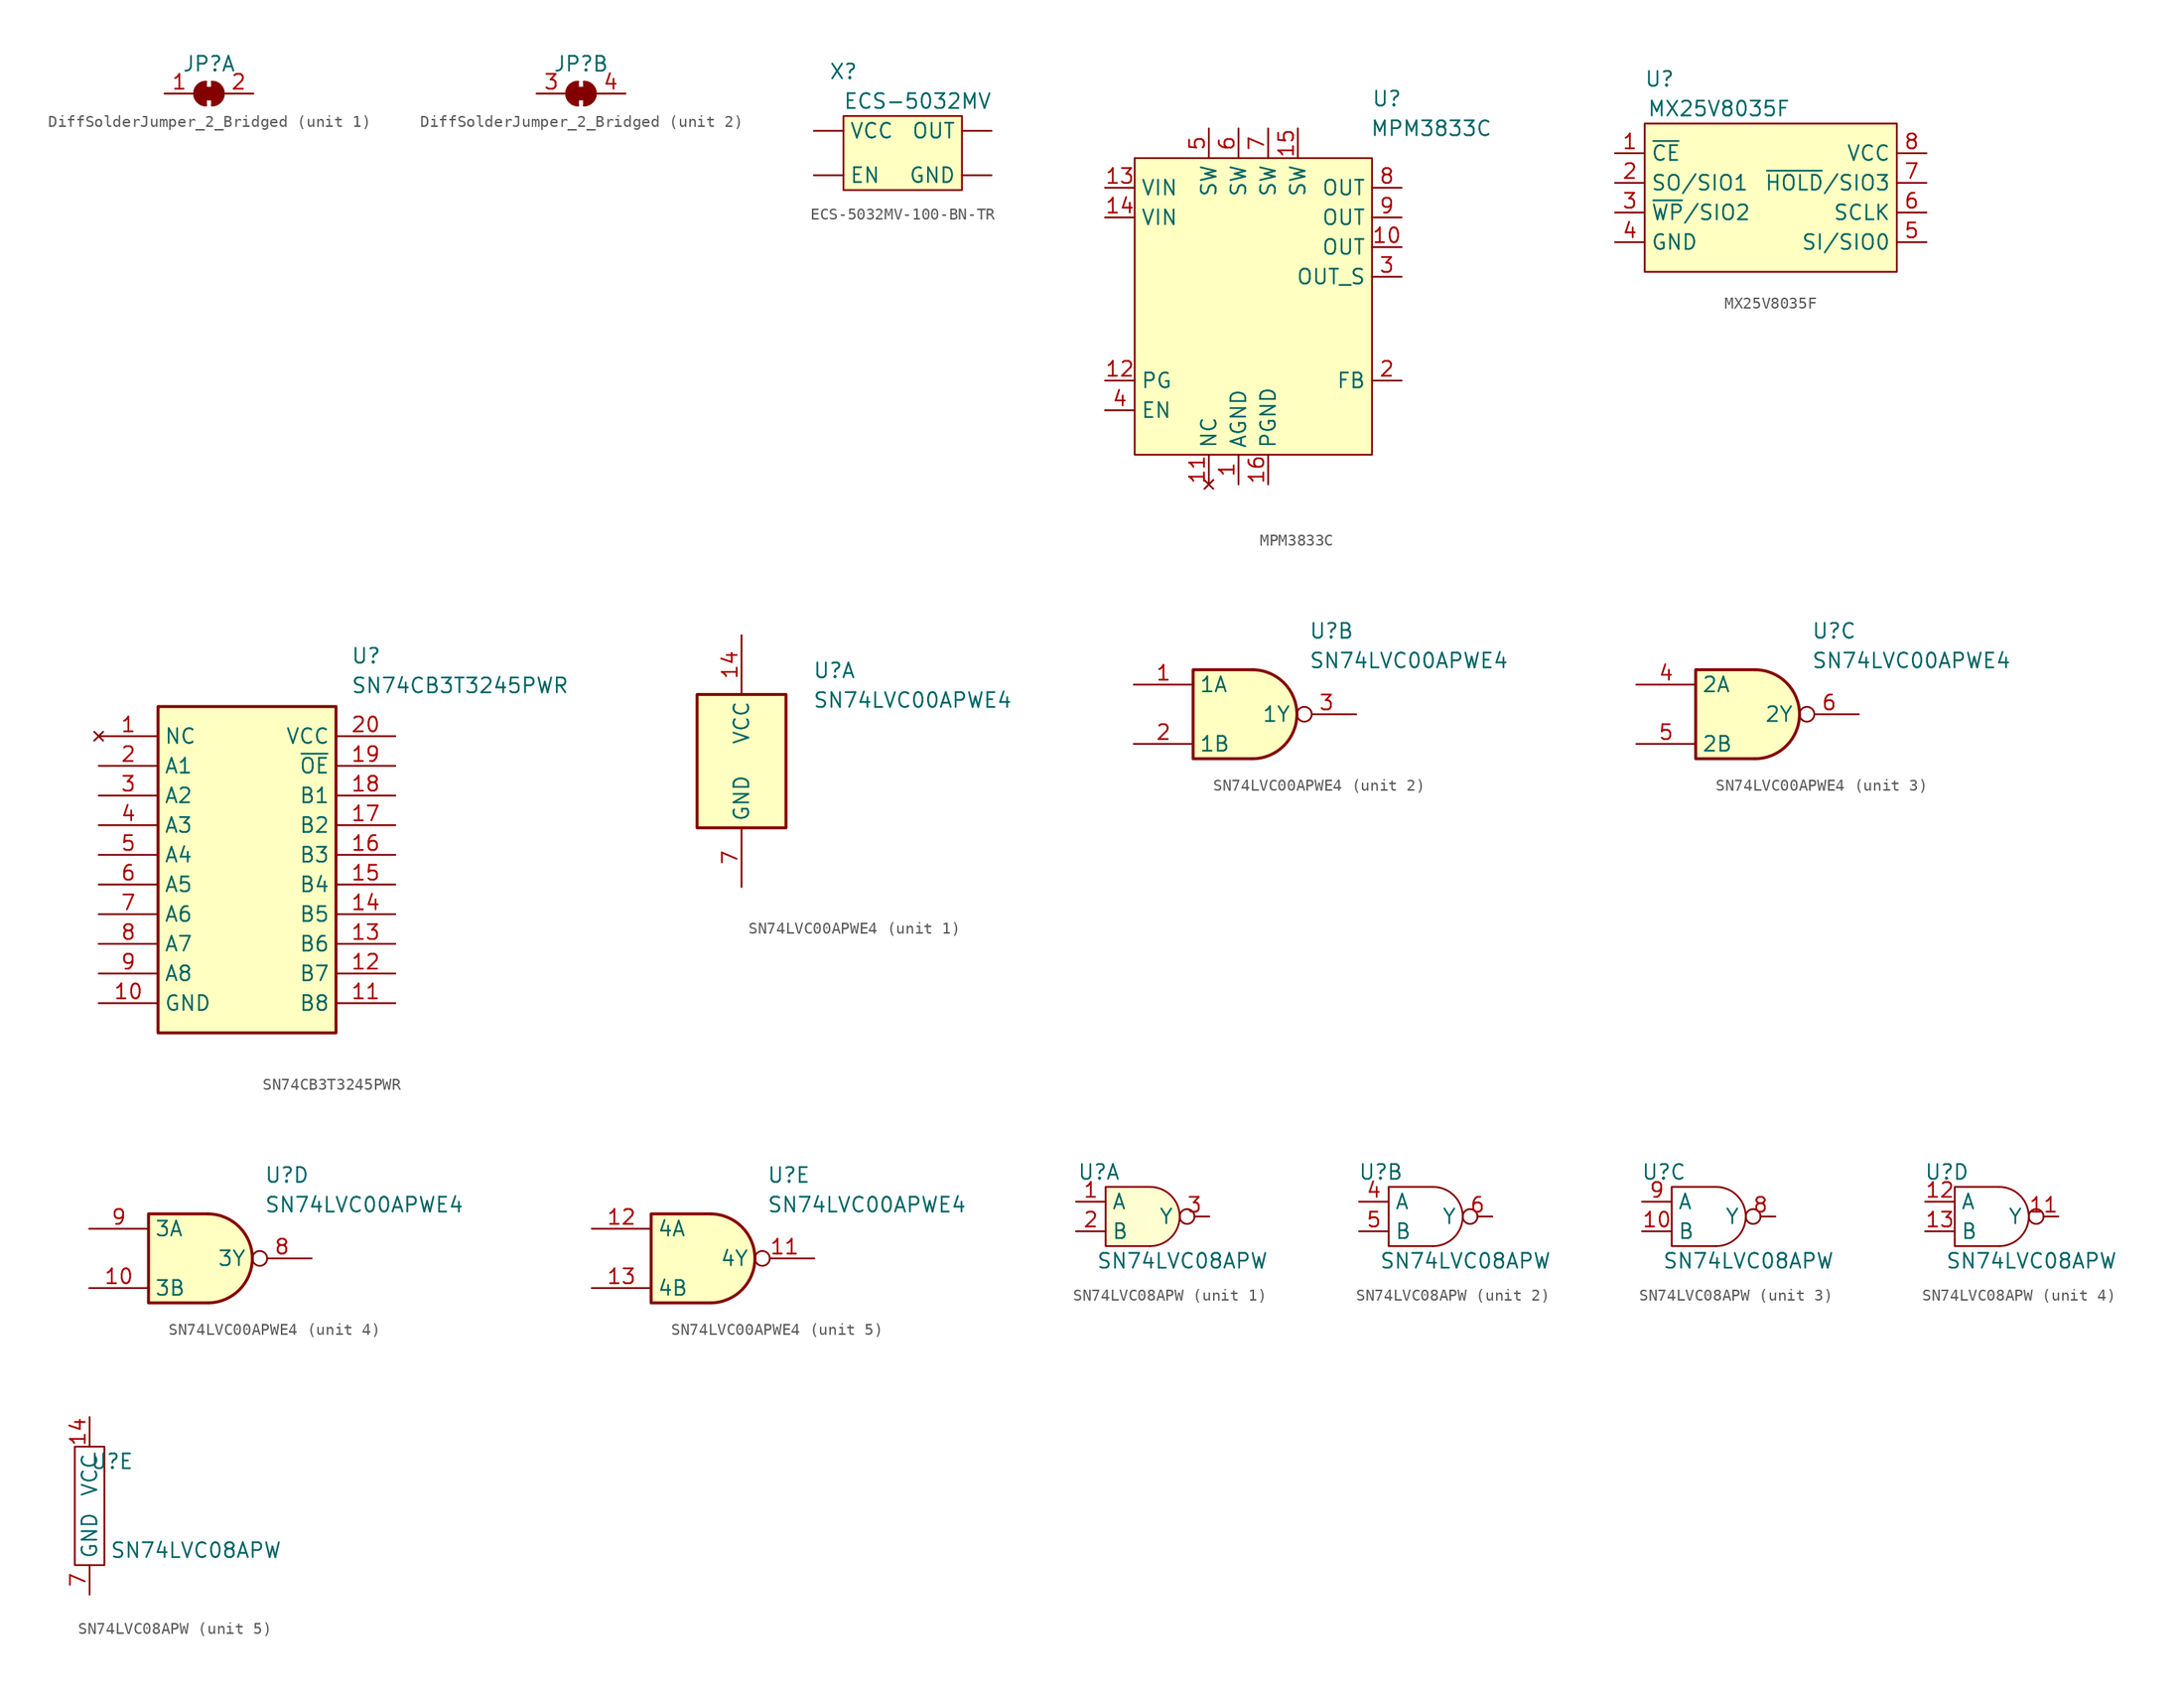
<source format=kicad_sym>
(kicad_symbol_lib
  (version 20241209)
  (generator "kicad_symbol_editor")
  (generator_version "9.0")
  (symbol "DiffSolderJumper_2_Bridged"
    (pin_names
      (offset 0)
      (hide yes))
    (property "Reference" "JP"
      (at 0 0 0)
      (effects (font (size 1.27 1.27))))
    (property "Value" ""
      (at 0 0 0)
      (effects (font (size 1.27 1.27))))
    (property "ki_locked" ""
      (at 0 0 0)
      (effects (font (size 1.27 1.27))))
    (symbol "DiffSolderJumper_2_Bridged_0_1"
      (rectangle (start -0.508 -2.032) (end 0.508 -3.048) (stroke (width 0) (type default)) (fill (type outline)))
      (polyline (pts (xy -0.254 -1.524) (xy -0.254 -3.556)) (stroke (width 0) (type default)) (fill (type none)))
      (arc (start -0.254 -3.556) (mid -1.2656 -2.54) (end -0.254 -1.524) (stroke (width 0) (type default)) (fill (type none)))
      (arc (start -0.254 -3.556) (mid -1.2656 -2.54) (end -0.254 -1.524) (stroke (width 0) (type default)) (fill (type outline)))
      (arc (start 0.254 -1.524) (mid 1.2656 -2.54) (end 0.254 -3.556) (stroke (width 0) (type default)) (fill (type none)))
      (arc (start 0.254 -1.524) (mid 1.2656 -2.54) (end 0.254 -3.556) (stroke (width 0) (type default)) (fill (type outline)))
      (polyline (pts (xy 0.254 -1.524) (xy 0.254 -3.556)) (stroke (width 0) (type default)) (fill (type none))))
    (symbol "DiffSolderJumper_2_Bridged_1_1"
      (pin passive line (at -3.81 -2.54 0) (length 2.54) (name "A" (effects (font (size 1.27 1.27)))) (number "1" (effects (font (size 1.27 1.27)))))
      (pin passive line (at 3.81 -2.54 180) (length 2.54) (name "B" (effects (font (size 1.27 1.27)))) (number "2" (effects (font (size 1.27 1.27))))))
    (symbol "DiffSolderJumper_2_Bridged_2_1"
      (pin passive line (at -3.81 -2.54 0) (length 2.54) (name "A" (effects (font (size 1.27 1.27)))) (number "3" (effects (font (size 1.27 1.27)))))
      (pin passive line (at 3.81 -2.54 180) (length 2.54) (name "B" (effects (font (size 1.27 1.27)))) (number "4" (effects (font (size 1.27 1.27)))))))
  (symbol "ECS-5032MV-100-BN-TR"
    (pin_numbers
      (hide yes))
    (property "Reference" "X"
      (at -5.08 6.35 0)
      (effects (font (size 1.27 1.27))))
    (property "Value" "ECS-5032MV"
      (at 1.27 3.81 0)
      (effects (font (size 1.27 1.27))))
    (symbol "ECS-5032MV-100-BN-TR_1_1"
      (rectangle (start -5.08 2.54) (end 5.08 -3.81) (stroke (width 0) (type default)) (fill (type background)))
      (pin power_in line (at -7.62 1.27 0) (length 2.54) (name "VCC" (effects (font (size 1.27 1.27)))) (number "4" (effects (font (size 1.27 1.27)))))
      (pin input line (at -7.62 -2.54 0) (length 2.54) (name "EN" (effects (font (size 1.27 1.27)))) (number "1" (effects (font (size 1.27 1.27)))))
      (pin output line (at 7.62 1.27 180) (length 2.54) (name "OUT" (effects (font (size 1.27 1.27)))) (number "3" (effects (font (size 1.27 1.27)))))
      (pin bidirectional line (at 7.62 -2.54 180) (length 2.54) (name "GND" (effects (font (size 1.27 1.27)))) (number "2" (effects (font (size 1.27 1.27)))))))
  (symbol "MPM3833C"
    (property "Reference" "U"
      (at 10.16 22.86 0)
      (effects (font (size 1.27 1.27))))
    (property "Value" "MPM3833C"
      (at 13.97 20.32 0)
      (effects (font (size 1.27 1.27))))
    (symbol "MPM3833C_1_1"
      (rectangle (start -11.43 17.78) (end 8.89 -7.62) (stroke (width 0) (type default)) (fill (type background)))
      (pin power_in line (at -13.97 15.24 0) (length 2.54) (name "VIN" (effects (font (size 1.27 1.27)))) (number "13" (effects (font (size 1.27 1.27)))))
      (pin power_in line (at -13.97 12.7 0) (length 2.54) (name "VIN" (effects (font (size 1.27 1.27)))) (number "14" (effects (font (size 1.27 1.27)))))
      (pin no_connect line (at -13.97 5.08 0) (length 2.54) (hide yes) (name "DNC" (effects (font (size 1.27 1.27)))) (number "17" (effects (font (size 1.27 1.27)))))
      (pin no_connect line (at -13.97 5.08 0) (length 2.54) (hide yes) (name "DNC" (effects (font (size 1.27 1.27)))) (number "18" (effects (font (size 1.27 1.27)))))
      (pin output line (at -13.97 -1.27 0) (length 2.54) (name "PG" (effects (font (size 1.27 1.27)))) (number "12" (effects (font (size 1.27 1.27)))))
      (pin input line (at -13.97 -3.81 0) (length 2.54) (name "EN" (effects (font (size 1.27 1.27)))) (number "4" (effects (font (size 1.27 1.27)))))
      (pin passive line (at -5.08 20.32 270) (length 2.54) (hide yes) (name "SW" (effects (font (size 1.27 1.27)))) (number "19" (effects (font (size 1.27 1.27)))))
      (pin passive line (at -5.08 20.32 270) (length 2.54) (name "SW" (effects (font (size 1.27 1.27)))) (number "5" (effects (font (size 1.27 1.27)))))
      (pin no_connect line (at -5.08 -10.16 90) (length 2.54) (name "NC" (effects (font (size 1.27 1.27)))) (number "11" (effects (font (size 1.27 1.27)))))
      (pin passive line (at -2.54 20.32 270) (length 2.54) (name "SW" (effects (font (size 1.27 1.27)))) (number "6" (effects (font (size 1.27 1.27)))))
      (pin passive line (at -2.54 -10.16 90) (length 2.54) (name "AGND" (effects (font (size 1.27 1.27)))) (number "1" (effects (font (size 1.27 1.27)))))
      (pin passive line (at 0 20.32 270) (length 2.54) (name "SW" (effects (font (size 1.27 1.27)))) (number "7" (effects (font (size 1.27 1.27)))))
      (pin passive line (at 0 -10.16 90) (length 2.54) (name "PGND" (effects (font (size 1.27 1.27)))) (number "16" (effects (font (size 1.27 1.27)))))
      (pin passive line (at 2.54 20.32 270) (length 2.54) (name "SW" (effects (font (size 1.27 1.27)))) (number "15" (effects (font (size 1.27 1.27)))))
      (pin power_out line (at 11.43 15.24 180) (length 2.54) (name "OUT" (effects (font (size 1.27 1.27)))) (number "8" (effects (font (size 1.27 1.27)))))
      (pin power_out line (at 11.43 12.7 180) (length 2.54) (name "OUT" (effects (font (size 1.27 1.27)))) (number "9" (effects (font (size 1.27 1.27)))))
      (pin power_out line (at 11.43 10.16 180) (length 2.54) (name "OUT" (effects (font (size 1.27 1.27)))) (number "10" (effects (font (size 1.27 1.27)))))
      (pin power_out line (at 11.43 7.62 180) (length 2.54) (hide yes) (name "OUT" (effects (font (size 1.27 1.27)))) (number "20" (effects (font (size 1.27 1.27)))))
      (pin output line (at 11.43 7.62 180) (length 2.54) (name "OUT_S" (effects (font (size 1.27 1.27)))) (number "3" (effects (font (size 1.27 1.27)))))
      (pin input line (at 11.43 -1.27 180) (length 2.54) (name "FB" (effects (font (size 1.27 1.27)))) (number "2" (effects (font (size 1.27 1.27)))))))
  (symbol "MX25V8035F"
    (property "Reference" "U"
      (at 3.81 3.81 0)
      (effects (font (size 1.27 1.27))))
    (property "Value" "MX25V8035F"
      (at 8.89 1.27 0)
      (effects (font (size 1.27 1.27))))
    (symbol "MX25V8035F_1_1"
      (rectangle (start 2.54 0) (end 24.13 -12.7) (stroke (width 0) (type default)) (fill (type background)))
      (pin input line (at 0 -2.54 0) (length 2.54) (name "~{CE}" (effects (font (size 1.27 1.27)))) (number "1" (effects (font (size 1.27 1.27)))))
      (pin bidirectional line (at 0 -5.08 0) (length 2.54) (name "SO/SIO1" (effects (font (size 1.27 1.27)))) (number "2" (effects (font (size 1.27 1.27)))))
      (pin bidirectional line (at 0 -7.62 0) (length 2.54) (name "~{WP}/SIO2" (effects (font (size 1.27 1.27)))) (number "3" (effects (font (size 1.27 1.27)))))
      (pin passive line (at 0 -10.16 0) (length 2.54) (name "GND" (effects (font (size 1.27 1.27)))) (number "4" (effects (font (size 1.27 1.27)))))
      (pin power_in line (at 26.67 -2.54 180) (length 2.54) (name "VCC" (effects (font (size 1.27 1.27)))) (number "8" (effects (font (size 1.27 1.27)))))
      (pin bidirectional line (at 26.67 -5.08 180) (length 2.54) (name "~{HOLD}/SIO3" (effects (font (size 1.27 1.27)))) (number "7" (effects (font (size 1.27 1.27)))))
      (pin input line (at 26.67 -7.62 180) (length 2.54) (name "SCLK" (effects (font (size 1.27 1.27)))) (number "6" (effects (font (size 1.27 1.27)))))
      (pin bidirectional line (at 26.67 -10.16 180) (length 2.54) (name "SI/SIO0" (effects (font (size 1.27 1.27)))) (number "5" (effects (font (size 1.27 1.27)))))))
  (symbol "SN74CB3T3245PWR"
    (property "Reference" "U"
      (at 21.59 7.62 0)
      (effects (font (size 1.27 1.27)) (justify left top)))
    (property "Value" "SN74CB3T3245PWR"
      (at 21.59 5.08 0)
      (effects (font (size 1.27 1.27)) (justify left top)))
    (symbol "SN74CB3T3245PWR_1_1"
      (rectangle (start 5.08 2.54) (end 20.32 -25.4) (stroke (width 0.254) (type default)) (fill (type background)))
      (pin no_connect line (at 0 0 0) (length 5.08) (name "NC" (effects (font (size 1.27 1.27)))) (number "1" (effects (font (size 1.27 1.27)))))
      (pin passive line (at 0 -2.54 0) (length 5.08) (name "A1" (effects (font (size 1.27 1.27)))) (number "2" (effects (font (size 1.27 1.27)))))
      (pin passive line (at 0 -5.08 0) (length 5.08) (name "A2" (effects (font (size 1.27 1.27)))) (number "3" (effects (font (size 1.27 1.27)))))
      (pin passive line (at 0 -7.62 0) (length 5.08) (name "A3" (effects (font (size 1.27 1.27)))) (number "4" (effects (font (size 1.27 1.27)))))
      (pin passive line (at 0 -10.16 0) (length 5.08) (name "A4" (effects (font (size 1.27 1.27)))) (number "5" (effects (font (size 1.27 1.27)))))
      (pin passive line (at 0 -12.7 0) (length 5.08) (name "A5" (effects (font (size 1.27 1.27)))) (number "6" (effects (font (size 1.27 1.27)))))
      (pin passive line (at 0 -15.24 0) (length 5.08) (name "A6" (effects (font (size 1.27 1.27)))) (number "7" (effects (font (size 1.27 1.27)))))
      (pin passive line (at 0 -17.78 0) (length 5.08) (name "A7" (effects (font (size 1.27 1.27)))) (number "8" (effects (font (size 1.27 1.27)))))
      (pin passive line (at 0 -20.32 0) (length 5.08) (name "A8" (effects (font (size 1.27 1.27)))) (number "9" (effects (font (size 1.27 1.27)))))
      (pin passive line (at 0 -22.86 0) (length 5.08) (name "GND" (effects (font (size 1.27 1.27)))) (number "10" (effects (font (size 1.27 1.27)))))
      (pin passive line (at 25.4 0 180) (length 5.08) (name "VCC" (effects (font (size 1.27 1.27)))) (number "20" (effects (font (size 1.27 1.27)))))
      (pin passive line (at 25.4 -2.54 180) (length 5.08) (name "~{OE}" (effects (font (size 1.27 1.27)))) (number "19" (effects (font (size 1.27 1.27)))))
      (pin passive line (at 25.4 -5.08 180) (length 5.08) (name "B1" (effects (font (size 1.27 1.27)))) (number "18" (effects (font (size 1.27 1.27)))))
      (pin passive line (at 25.4 -7.62 180) (length 5.08) (name "B2" (effects (font (size 1.27 1.27)))) (number "17" (effects (font (size 1.27 1.27)))))
      (pin passive line (at 25.4 -10.16 180) (length 5.08) (name "B3" (effects (font (size 1.27 1.27)))) (number "16" (effects (font (size 1.27 1.27)))))
      (pin passive line (at 25.4 -12.7 180) (length 5.08) (name "B4" (effects (font (size 1.27 1.27)))) (number "15" (effects (font (size 1.27 1.27)))))
      (pin passive line (at 25.4 -15.24 180) (length 5.08) (name "B5" (effects (font (size 1.27 1.27)))) (number "14" (effects (font (size 1.27 1.27)))))
      (pin passive line (at 25.4 -17.78 180) (length 5.08) (name "B6" (effects (font (size 1.27 1.27)))) (number "13" (effects (font (size 1.27 1.27)))))
      (pin passive line (at 25.4 -20.32 180) (length 5.08) (name "B7" (effects (font (size 1.27 1.27)))) (number "12" (effects (font (size 1.27 1.27)))))
      (pin passive line (at 25.4 -22.86 180) (length 5.08) (name "B8" (effects (font (size 1.27 1.27)))) (number "11" (effects (font (size 1.27 1.27)))))))
  (symbol "SN74LVC00APWE4"
    (property "Reference" "U"
      (at 6.096 7.874 0)
      (effects (font (size 1.27 1.27)) (justify left top)))
    (property "Value" "SN74LVC00APWE4"
      (at 6.096 5.334 0)
      (effects (font (size 1.27 1.27)) (justify left top)))
    (property "ki_locked" ""
      (at 0 0 0)
      (effects (font (size 1.27 1.27))))
    (symbol "SN74LVC00APWE4_1_1"
      (rectangle (start -3.81 5.08) (end 3.81 -6.35) (stroke (width 0.254) (type default)) (fill (type background)))
      (pin power_in line (at 0 10.16 270) (length 5.08) (name "VCC" (effects (font (size 1.27 1.27)))) (number "14" (effects (font (size 1.27 1.27)))))
      (pin power_in line (at 0 -11.43 90) (length 5.08) (name "GND" (effects (font (size 1.27 1.27)))) (number "7" (effects (font (size 1.27 1.27))))))
    (symbol "SN74LVC00APWE4_2_1"
      (arc (start 1.27 3.81) (mid 5.08 0) (end 1.27 -3.81) (stroke (width 0.254) (type default)) (fill (type background)))
      (polyline (pts (xy 1.27 -3.81) (xy -3.81 -3.81) (xy -3.81 3.81) (xy 1.27 3.81)) (stroke (width 0.254) (type default)) (fill (type background)))
      (pin passive line (at -8.89 2.54 0) (length 5.08) (name "1A" (effects (font (size 1.27 1.27)))) (number "1" (effects (font (size 1.27 1.27)))))
      (pin passive line (at -8.89 -2.54 0) (length 5.08) (name "1B" (effects (font (size 1.27 1.27)))) (number "2" (effects (font (size 1.27 1.27)))))
      (pin passive inverted (at 10.16 0 180) (length 5.08) (name "1Y" (effects (font (size 1.27 1.27)))) (number "3" (effects (font (size 1.27 1.27))))))
    (symbol "SN74LVC00APWE4_3_1"
      (arc (start 1.27 3.81) (mid 5.08 0) (end 1.27 -3.81) (stroke (width 0.254) (type default)) (fill (type background)))
      (polyline (pts (xy 1.27 -3.81) (xy -3.81 -3.81) (xy -3.81 3.81) (xy 1.27 3.81)) (stroke (width 0.254) (type default)) (fill (type background)))
      (pin passive line (at -8.89 2.54 0) (length 5.08) (name "2A" (effects (font (size 1.27 1.27)))) (number "4" (effects (font (size 1.27 1.27)))))
      (pin passive line (at -8.89 -2.54 0) (length 5.08) (name "2B" (effects (font (size 1.27 1.27)))) (number "5" (effects (font (size 1.27 1.27)))))
      (pin passive inverted (at 10.16 0 180) (length 5.08) (name "2Y" (effects (font (size 1.27 1.27)))) (number "6" (effects (font (size 1.27 1.27))))))
    (symbol "SN74LVC00APWE4_4_1"
      (arc (start 1.27 3.81) (mid 5.08 0) (end 1.27 -3.81) (stroke (width 0.254) (type default)) (fill (type background)))
      (polyline (pts (xy 1.27 -3.81) (xy -3.81 -3.81) (xy -3.81 3.81) (xy 1.27 3.81)) (stroke (width 0.254) (type default)) (fill (type background)))
      (pin passive line (at -8.89 2.54 0) (length 5.08) (name "3A" (effects (font (size 1.27 1.27)))) (number "9" (effects (font (size 1.27 1.27)))))
      (pin passive line (at -8.89 -2.54 0) (length 5.08) (name "3B" (effects (font (size 1.27 1.27)))) (number "10" (effects (font (size 1.27 1.27)))))
      (pin passive inverted (at 10.16 0 180) (length 5.08) (name "3Y" (effects (font (size 1.27 1.27)))) (number "8" (effects (font (size 1.27 1.27))))))
    (symbol "SN74LVC00APWE4_5_1"
      (arc (start 1.27 3.81) (mid 5.08 0) (end 1.27 -3.81) (stroke (width 0.254) (type default)) (fill (type background)))
      (polyline (pts (xy 1.27 -3.81) (xy -3.81 -3.81) (xy -3.81 3.81) (xy 1.27 3.81)) (stroke (width 0.254) (type default)) (fill (type background)))
      (pin passive line (at -8.89 2.54 0) (length 5.08) (name "4A" (effects (font (size 1.27 1.27)))) (number "12" (effects (font (size 1.27 1.27)))))
      (pin passive line (at -8.89 -2.54 0) (length 5.08) (name "4B" (effects (font (size 1.27 1.27)))) (number "13" (effects (font (size 1.27 1.27)))))
      (pin passive inverted (at 10.16 0 180) (length 5.08) (name "4Y" (effects (font (size 1.27 1.27)))) (number "11" (effects (font (size 1.27 1.27)))))))
  (symbol "SN74LVC08APW"
    (property "Reference" "U"
      (at -1.27 0 0)
      (effects (font (size 1.27 1.27)) (justify right)))
    (property "Value" "SN74LVC08APW"
      (at 11.43 -7.62 0)
      (effects (font (size 1.27 1.27)) (justify right)))
    (property "ki_locked" ""
      (at 0 0 0)
      (effects (font (size 1.27 1.27))))
    (symbol "SN74LVC08APW_1_1"
      (polyline (pts (xy 1.27 -1.27) (xy -2.54 -1.27) (xy -2.54 -6.35) (xy 1.27 -6.35)) (stroke (width 0) (type default)) (fill (type color) (color 255 254 208 1)))
      (arc (start 3.81 -3.81) (mid 3.0661 -5.606) (end 1.2701 -6.3499) (stroke (width 0) (type default)) (fill (type color) (color 255 254 208 1)))
      (arc (start 1.27 -1.27) (mid 3.066 -2.0139) (end 3.8099 -3.8099) (stroke (width 0) (type default)) (fill (type color) (color 255 254 208 1)))
      (pin input line (at -5.08 -2.54 0) (length 2.54) (name "A" (effects (font (size 1.27 1.27)))) (number "1" (effects (font (size 1.27 1.27)))))
      (pin input line (at -5.08 -5.08 0) (length 2.54) (name "B" (effects (font (size 1.27 1.27)))) (number "2" (effects (font (size 1.27 1.27)))))
      (pin output inverted (at 6.35 -3.81 180) (length 2.54) (name "Y" (effects (font (size 1.27 1.27)))) (number "3" (effects (font (size 1.27 1.27))))))
    (symbol "SN74LVC08APW_2_1"
      (polyline (pts (xy 1.27 -1.27) (xy -2.54 -1.27) (xy -2.54 -6.35) (xy 1.27 -6.35)) (stroke (width 0) (type default)) (fill (type none)))
      (arc (start 3.81 -3.81) (mid 3.0661 -5.606) (end 1.2701 -6.3499) (stroke (width 0) (type default)) (fill (type none)))
      (arc (start 1.27 -1.27) (mid 3.066 -2.0139) (end 3.8099 -3.8099) (stroke (width 0) (type default)) (fill (type none)))
      (pin input line (at -5.08 -2.54 0) (length 2.54) (name "A" (effects (font (size 1.27 1.27)))) (number "4" (effects (font (size 1.27 1.27)))))
      (pin input line (at -5.08 -5.08 0) (length 2.54) (name "B" (effects (font (size 1.27 1.27)))) (number "5" (effects (font (size 1.27 1.27)))))
      (pin output inverted (at 6.35 -3.81 180) (length 2.54) (name "Y" (effects (font (size 1.27 1.27)))) (number "6" (effects (font (size 1.27 1.27))))))
    (symbol "SN74LVC08APW_3_1"
      (polyline (pts (xy 1.27 -1.27) (xy -2.54 -1.27) (xy -2.54 -6.35) (xy 1.27 -6.35)) (stroke (width 0) (type default)) (fill (type none)))
      (arc (start 3.81 -3.81) (mid 3.0661 -5.606) (end 1.2701 -6.3499) (stroke (width 0) (type default)) (fill (type none)))
      (arc (start 1.27 -1.27) (mid 3.066 -2.0139) (end 3.8099 -3.8099) (stroke (width 0) (type default)) (fill (type none)))
      (pin input line (at -5.08 -2.54 0) (length 2.54) (name "A" (effects (font (size 1.27 1.27)))) (number "9" (effects (font (size 1.27 1.27)))))
      (pin input line (at -5.08 -5.08 0) (length 2.54) (name "B" (effects (font (size 1.27 1.27)))) (number "10" (effects (font (size 1.27 1.27)))))
      (pin output inverted (at 6.35 -3.81 180) (length 2.54) (name "Y" (effects (font (size 1.27 1.27)))) (number "8" (effects (font (size 1.27 1.27))))))
    (symbol "SN74LVC08APW_4_1"
      (polyline (pts (xy 1.27 -1.27) (xy -2.54 -1.27) (xy -2.54 -6.35) (xy 1.27 -6.35)) (stroke (width 0) (type default)) (fill (type none)))
      (arc (start 3.81 -3.81) (mid 3.0661 -5.606) (end 1.2701 -6.3499) (stroke (width 0) (type default)) (fill (type none)))
      (arc (start 1.27 -1.27) (mid 3.066 -2.0139) (end 3.8099 -3.8099) (stroke (width 0) (type default)) (fill (type none)))
      (pin input line (at -5.08 -2.54 0) (length 2.54) (name "A" (effects (font (size 1.27 1.27)))) (number "12" (effects (font (size 1.27 1.27)))))
      (pin input line (at -5.08 -5.08 0) (length 2.54) (name "B" (effects (font (size 1.27 1.27)))) (number "13" (effects (font (size 1.27 1.27)))))
      (pin output inverted (at 6.35 -3.81 180) (length 2.54) (name "Y" (effects (font (size 1.27 1.27)))) (number "11" (effects (font (size 1.27 1.27))))))
    (symbol "SN74LVC08APW_5_1"
      (rectangle (start -6.35 1.27) (end -3.81 -8.89) (stroke (width 0) (type default)) (fill (type none)))
      (pin power_in line (at -5.08 3.81 270) (length 2.54) (name "VCC" (effects (font (size 1.27 1.27)))) (number "14" (effects (font (size 1.27 1.27)))))
      (pin passive line (at -5.08 -11.43 90) (length 2.54) (name "GND" (effects (font (size 1.27 1.27)))) (number "7" (effects (font (size 1.27 1.27))))))))
</source>
